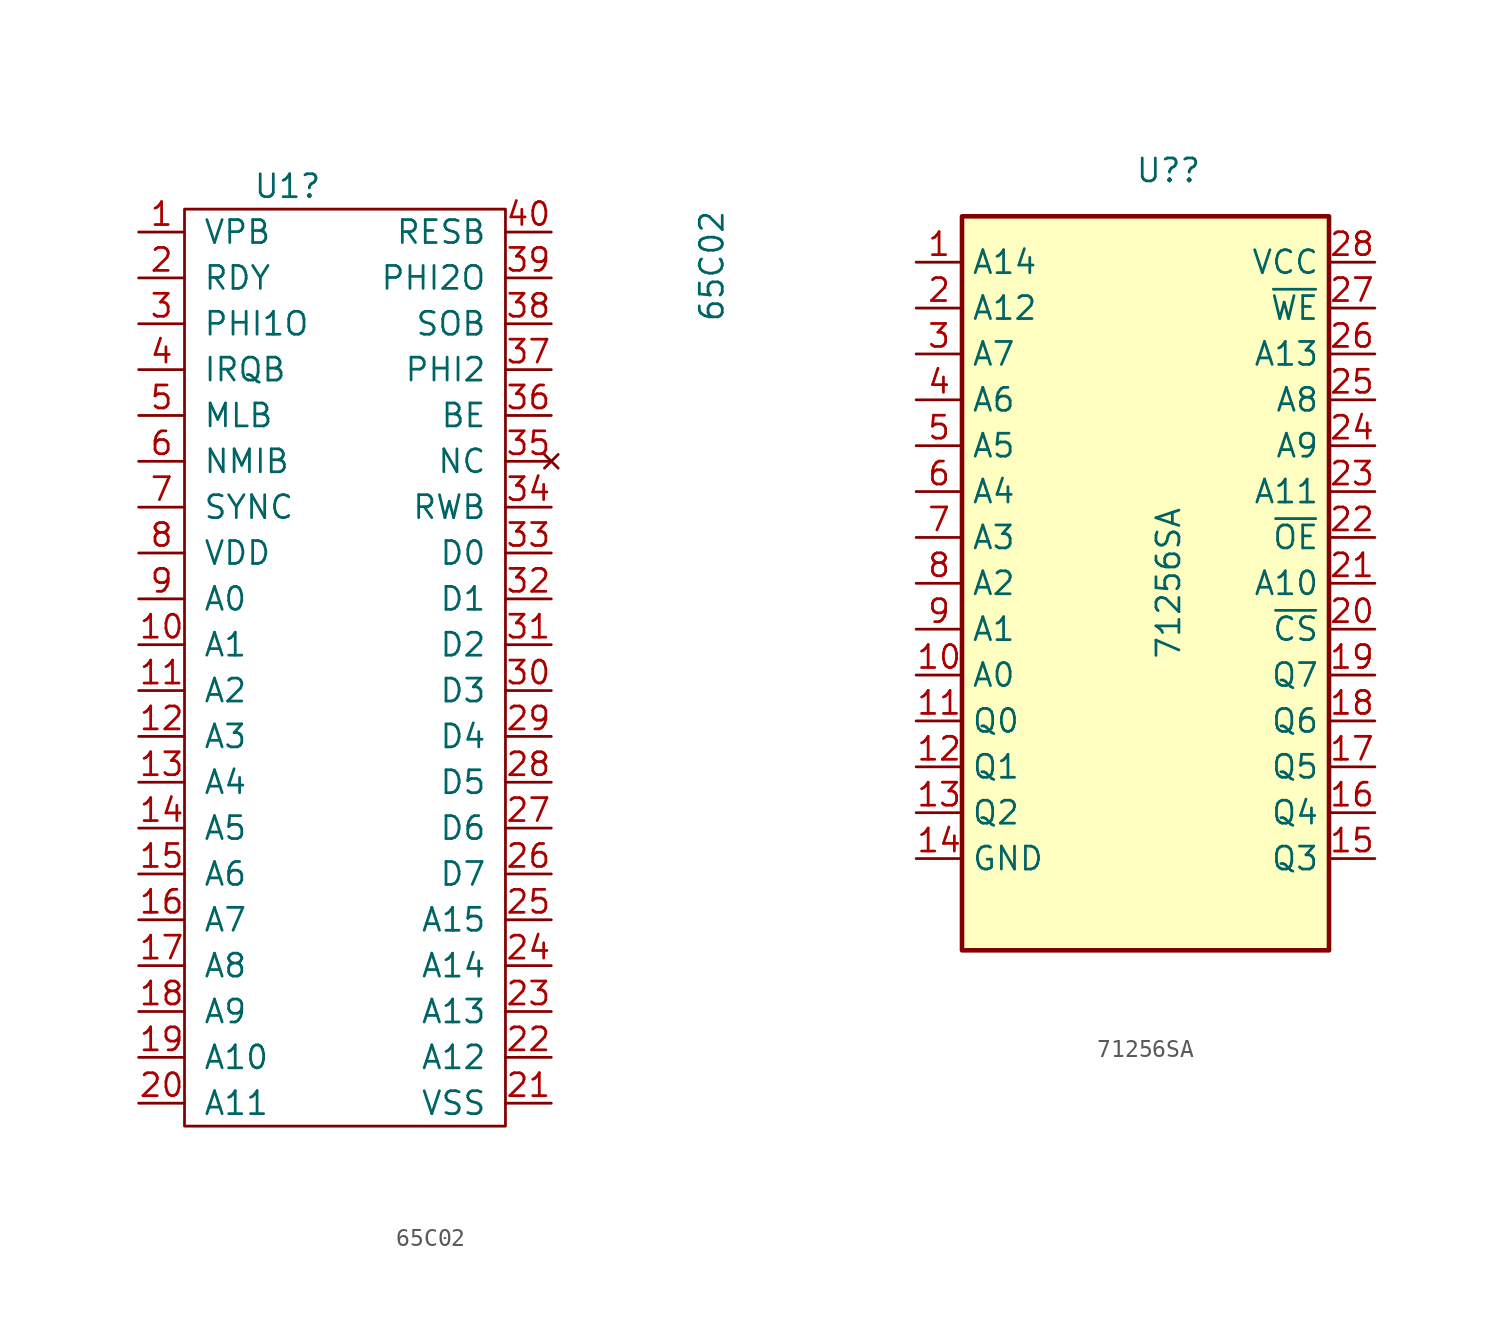
<source format=kicad_sym>
(kicad_symbol_lib
  (version 20211014)
  (generator kicad_symbol_editor)
  (symbol "65C02"
    (pin_names
      (offset 1.016))
    (property "Reference" "U1"
      (at -1.27 1.27 0)
      (effects (font (size 1.27 1.27)) (justify right)))
    (property "Value" "65C02"
      (at 20.32 0 90)
      (effects (font (size 1.27 1.27)) (justify right)))
    (symbol "65C02_0_1"
      (rectangle (start -8.89 0) (end 8.89 -50.8) (stroke (width 0) (type default) (color 0 0 0 0)) (fill (type none))))
    (symbol "65C02_1_1"
      (pin output line (at -11.43 -1.27 0) (length 2.54) (name "VPB" (effects (font (size 1.27 1.27)))) (number "1" (effects (font (size 1.27 1.27)))))
      (pin output line (at -11.43 -24.13 0) (length 2.54) (name "A1" (effects (font (size 1.27 1.27)))) (number "10" (effects (font (size 1.27 1.27)))))
      (pin output line (at -11.43 -26.67 0) (length 2.54) (name "A2" (effects (font (size 1.27 1.27)))) (number "11" (effects (font (size 1.27 1.27)))))
      (pin output line (at -11.43 -29.21 0) (length 2.54) (name "A3" (effects (font (size 1.27 1.27)))) (number "12" (effects (font (size 1.27 1.27)))))
      (pin output line (at -11.43 -31.75 0) (length 2.54) (name "A4" (effects (font (size 1.27 1.27)))) (number "13" (effects (font (size 1.27 1.27)))))
      (pin output line (at -11.43 -34.29 0) (length 2.54) (name "A5" (effects (font (size 1.27 1.27)))) (number "14" (effects (font (size 1.27 1.27)))))
      (pin output line (at -11.43 -36.83 0) (length 2.54) (name "A6" (effects (font (size 1.27 1.27)))) (number "15" (effects (font (size 1.27 1.27)))))
      (pin output line (at -11.43 -39.37 0) (length 2.54) (name "A7" (effects (font (size 1.27 1.27)))) (number "16" (effects (font (size 1.27 1.27)))))
      (pin output line (at -11.43 -41.91 0) (length 2.54) (name "A8" (effects (font (size 1.27 1.27)))) (number "17" (effects (font (size 1.27 1.27)))))
      (pin output line (at -11.43 -44.45 0) (length 2.54) (name "A9" (effects (font (size 1.27 1.27)))) (number "18" (effects (font (size 1.27 1.27)))))
      (pin output line (at -11.43 -46.99 0) (length 2.54) (name "A10" (effects (font (size 1.27 1.27)))) (number "19" (effects (font (size 1.27 1.27)))))
      (pin input line (at -11.43 -3.81 0) (length 2.54) (name "RDY" (effects (font (size 1.27 1.27)))) (number "2" (effects (font (size 1.27 1.27)))))
      (pin output line (at -11.43 -49.53 0) (length 2.54) (name "A11" (effects (font (size 1.27 1.27)))) (number "20" (effects (font (size 1.27 1.27)))))
      (pin power_in line (at 11.43 -49.53 180) (length 2.54) (name "VSS" (effects (font (size 1.27 1.27)))) (number "21" (effects (font (size 1.27 1.27)))))
      (pin output line (at 11.43 -46.99 180) (length 2.54) (name "A12" (effects (font (size 1.27 1.27)))) (number "22" (effects (font (size 1.27 1.27)))))
      (pin output line (at 11.43 -44.45 180) (length 2.54) (name "A13" (effects (font (size 1.27 1.27)))) (number "23" (effects (font (size 1.27 1.27)))))
      (pin output line (at 11.43 -41.91 180) (length 2.54) (name "A14" (effects (font (size 1.27 1.27)))) (number "24" (effects (font (size 1.27 1.27)))))
      (pin output line (at 11.43 -39.37 180) (length 2.54) (name "A15" (effects (font (size 1.27 1.27)))) (number "25" (effects (font (size 1.27 1.27)))))
      (pin bidirectional line (at 11.43 -36.83 180) (length 2.54) (name "D7" (effects (font (size 1.27 1.27)))) (number "26" (effects (font (size 1.27 1.27)))))
      (pin bidirectional line (at 11.43 -34.29 180) (length 2.54) (name "D6" (effects (font (size 1.27 1.27)))) (number "27" (effects (font (size 1.27 1.27)))))
      (pin bidirectional line (at 11.43 -31.75 180) (length 2.54) (name "D5" (effects (font (size 1.27 1.27)))) (number "28" (effects (font (size 1.27 1.27)))))
      (pin bidirectional line (at 11.43 -29.21 180) (length 2.54) (name "D4" (effects (font (size 1.27 1.27)))) (number "29" (effects (font (size 1.27 1.27)))))
      (pin output line (at -11.43 -6.35 0) (length 2.54) (name "PHI1O" (effects (font (size 1.27 1.27)))) (number "3" (effects (font (size 1.27 1.27)))))
      (pin bidirectional line (at 11.43 -26.67 180) (length 2.54) (name "D3" (effects (font (size 1.27 1.27)))) (number "30" (effects (font (size 1.27 1.27)))))
      (pin bidirectional line (at 11.43 -24.13 180) (length 2.54) (name "D2" (effects (font (size 1.27 1.27)))) (number "31" (effects (font (size 1.27 1.27)))))
      (pin bidirectional line (at 11.43 -21.59 180) (length 2.54) (name "D1" (effects (font (size 1.27 1.27)))) (number "32" (effects (font (size 1.27 1.27)))))
      (pin bidirectional line (at 11.43 -19.05 180) (length 2.54) (name "D0" (effects (font (size 1.27 1.27)))) (number "33" (effects (font (size 1.27 1.27)))))
      (pin output line (at 11.43 -16.51 180) (length 2.54) (name "RWB" (effects (font (size 1.27 1.27)))) (number "34" (effects (font (size 1.27 1.27)))))
      (pin no_connect line (at 11.43 -13.97 180) (length 2.54) (name "NC" (effects (font (size 1.27 1.27)))) (number "35" (effects (font (size 1.27 1.27)))))
      (pin input line (at 11.43 -11.43 180) (length 2.54) (name "BE" (effects (font (size 1.27 1.27)))) (number "36" (effects (font (size 1.27 1.27)))))
      (pin input line (at 11.43 -8.89 180) (length 2.54) (name "PHI2" (effects (font (size 1.27 1.27)))) (number "37" (effects (font (size 1.27 1.27)))))
      (pin output line (at 11.43 -6.35 180) (length 2.54) (name "SOB" (effects (font (size 1.27 1.27)))) (number "38" (effects (font (size 1.27 1.27)))))
      (pin output line (at 11.43 -3.81 180) (length 2.54) (name "PHI2O" (effects (font (size 1.27 1.27)))) (number "39" (effects (font (size 1.27 1.27)))))
      (pin input line (at -11.43 -8.89 0) (length 2.54) (name "IRQB" (effects (font (size 1.27 1.27)))) (number "4" (effects (font (size 1.27 1.27)))))
      (pin input line (at 11.43 -1.27 180) (length 2.54) (name "RESB" (effects (font (size 1.27 1.27)))) (number "40" (effects (font (size 1.27 1.27)))))
      (pin output line (at -11.43 -11.43 0) (length 2.54) (name "MLB" (effects (font (size 1.27 1.27)))) (number "5" (effects (font (size 1.27 1.27)))))
      (pin input line (at -11.43 -13.97 0) (length 2.54) (name "NMIB" (effects (font (size 1.27 1.27)))) (number "6" (effects (font (size 1.27 1.27)))))
      (pin output line (at -11.43 -16.51 0) (length 2.54) (name "SYNC" (effects (font (size 1.27 1.27)))) (number "7" (effects (font (size 1.27 1.27)))))
      (pin power_in line (at -11.43 -19.05 0) (length 2.54) (name "VDD" (effects (font (size 1.27 1.27)))) (number "8" (effects (font (size 1.27 1.27)))))
      (pin output line (at -11.43 -21.59 0) (length 2.54) (name "A0" (effects (font (size 1.27 1.27)))) (number "9" (effects (font (size 1.27 1.27)))))))
  (symbol "71256SA"
    (property "Reference" "U?"
      (at 1.27 22.86 0)
      (effects (font (size 1.27 1.27))))
    (property "Value" "71256SA"
      (at 1.27 0 90)
      (effects (font (size 1.27 1.27))))
    (symbol "71256SA_0_0"
      (pin power_in line (at -12.7 -15.24 0) (length 2.54) (name "GND" (effects (font (size 1.27 1.27)))) (number "14" (effects (font (size 1.27 1.27)))))
      (pin power_in line (at 12.7 17.78 180) (length 2.54) (name "VCC" (effects (font (size 1.27 1.27)))) (number "28" (effects (font (size 1.27 1.27))))))
    (symbol "71256SA_0_1"
      (rectangle (start -10.16 20.32) (end 10.16 -20.32) (stroke (width 0.254) (type default) (color 0 0 0 0)) (fill (type background))))
    (symbol "71256SA_1_1"
      (pin input line (at -12.7 17.78 0) (length 2.54) (name "A14" (effects (font (size 1.27 1.27)))) (number "1" (effects (font (size 1.27 1.27)))))
      (pin input line (at -12.7 -5.08 0) (length 2.54) (name "A0" (effects (font (size 1.27 1.27)))) (number "10" (effects (font (size 1.27 1.27)))))
      (pin tri_state line (at -12.7 -7.62 0) (length 2.54) (name "Q0" (effects (font (size 1.27 1.27)))) (number "11" (effects (font (size 1.27 1.27)))))
      (pin tri_state line (at -12.7 -10.16 0) (length 2.54) (name "Q1" (effects (font (size 1.27 1.27)))) (number "12" (effects (font (size 1.27 1.27)))))
      (pin tri_state line (at -12.7 -12.7 0) (length 2.54) (name "Q2" (effects (font (size 1.27 1.27)))) (number "13" (effects (font (size 1.27 1.27)))))
      (pin tri_state line (at 12.7 -15.24 180) (length 2.54) (name "Q3" (effects (font (size 1.27 1.27)))) (number "15" (effects (font (size 1.27 1.27)))))
      (pin tri_state line (at 12.7 -12.7 180) (length 2.54) (name "Q4" (effects (font (size 1.27 1.27)))) (number "16" (effects (font (size 1.27 1.27)))))
      (pin tri_state line (at 12.7 -10.16 180) (length 2.54) (name "Q5" (effects (font (size 1.27 1.27)))) (number "17" (effects (font (size 1.27 1.27)))))
      (pin tri_state line (at 12.7 -7.62 180) (length 2.54) (name "Q6" (effects (font (size 1.27 1.27)))) (number "18" (effects (font (size 1.27 1.27)))))
      (pin tri_state line (at 12.7 -5.08 180) (length 2.54) (name "Q7" (effects (font (size 1.27 1.27)))) (number "19" (effects (font (size 1.27 1.27)))))
      (pin input line (at -12.7 15.24 0) (length 2.54) (name "A12" (effects (font (size 1.27 1.27)))) (number "2" (effects (font (size 1.27 1.27)))))
      (pin input line (at 12.7 -2.54 180) (length 2.54) (name "~{CS}" (effects (font (size 1.27 1.27)))) (number "20" (effects (font (size 1.27 1.27)))))
      (pin input line (at 12.7 0 180) (length 2.54) (name "A10" (effects (font (size 1.27 1.27)))) (number "21" (effects (font (size 1.27 1.27)))))
      (pin input line (at 12.7 2.54 180) (length 2.54) (name "~{OE}" (effects (font (size 1.27 1.27)))) (number "22" (effects (font (size 1.27 1.27)))))
      (pin input line (at 12.7 5.08 180) (length 2.54) (name "A11" (effects (font (size 1.27 1.27)))) (number "23" (effects (font (size 1.27 1.27)))))
      (pin input line (at 12.7 7.62 180) (length 2.54) (name "A9" (effects (font (size 1.27 1.27)))) (number "24" (effects (font (size 1.27 1.27)))))
      (pin input line (at 12.7 10.16 180) (length 2.54) (name "A8" (effects (font (size 1.27 1.27)))) (number "25" (effects (font (size 1.27 1.27)))))
      (pin input line (at 12.7 12.7 180) (length 2.54) (name "A13" (effects (font (size 1.27 1.27)))) (number "26" (effects (font (size 1.27 1.27)))))
      (pin input line (at 12.7 15.24 180) (length 2.54) (name "~{WE}" (effects (font (size 1.27 1.27)))) (number "27" (effects (font (size 1.27 1.27)))))
      (pin input line (at -12.7 12.7 0) (length 2.54) (name "A7" (effects (font (size 1.27 1.27)))) (number "3" (effects (font (size 1.27 1.27)))))
      (pin input line (at -12.7 10.16 0) (length 2.54) (name "A6" (effects (font (size 1.27 1.27)))) (number "4" (effects (font (size 1.27 1.27)))))
      (pin input line (at -12.7 7.62 0) (length 2.54) (name "A5" (effects (font (size 1.27 1.27)))) (number "5" (effects (font (size 1.27 1.27)))))
      (pin input line (at -12.7 5.08 0) (length 2.54) (name "A4" (effects (font (size 1.27 1.27)))) (number "6" (effects (font (size 1.27 1.27)))))
      (pin input line (at -12.7 2.54 0) (length 2.54) (name "A3" (effects (font (size 1.27 1.27)))) (number "7" (effects (font (size 1.27 1.27)))))
      (pin input line (at -12.7 0 0) (length 2.54) (name "A2" (effects (font (size 1.27 1.27)))) (number "8" (effects (font (size 1.27 1.27)))))
      (pin input line (at -12.7 -2.54 0) (length 2.54) (name "A1" (effects (font (size 1.27 1.27)))) (number "9" (effects (font (size 1.27 1.27))))))))
</source>
